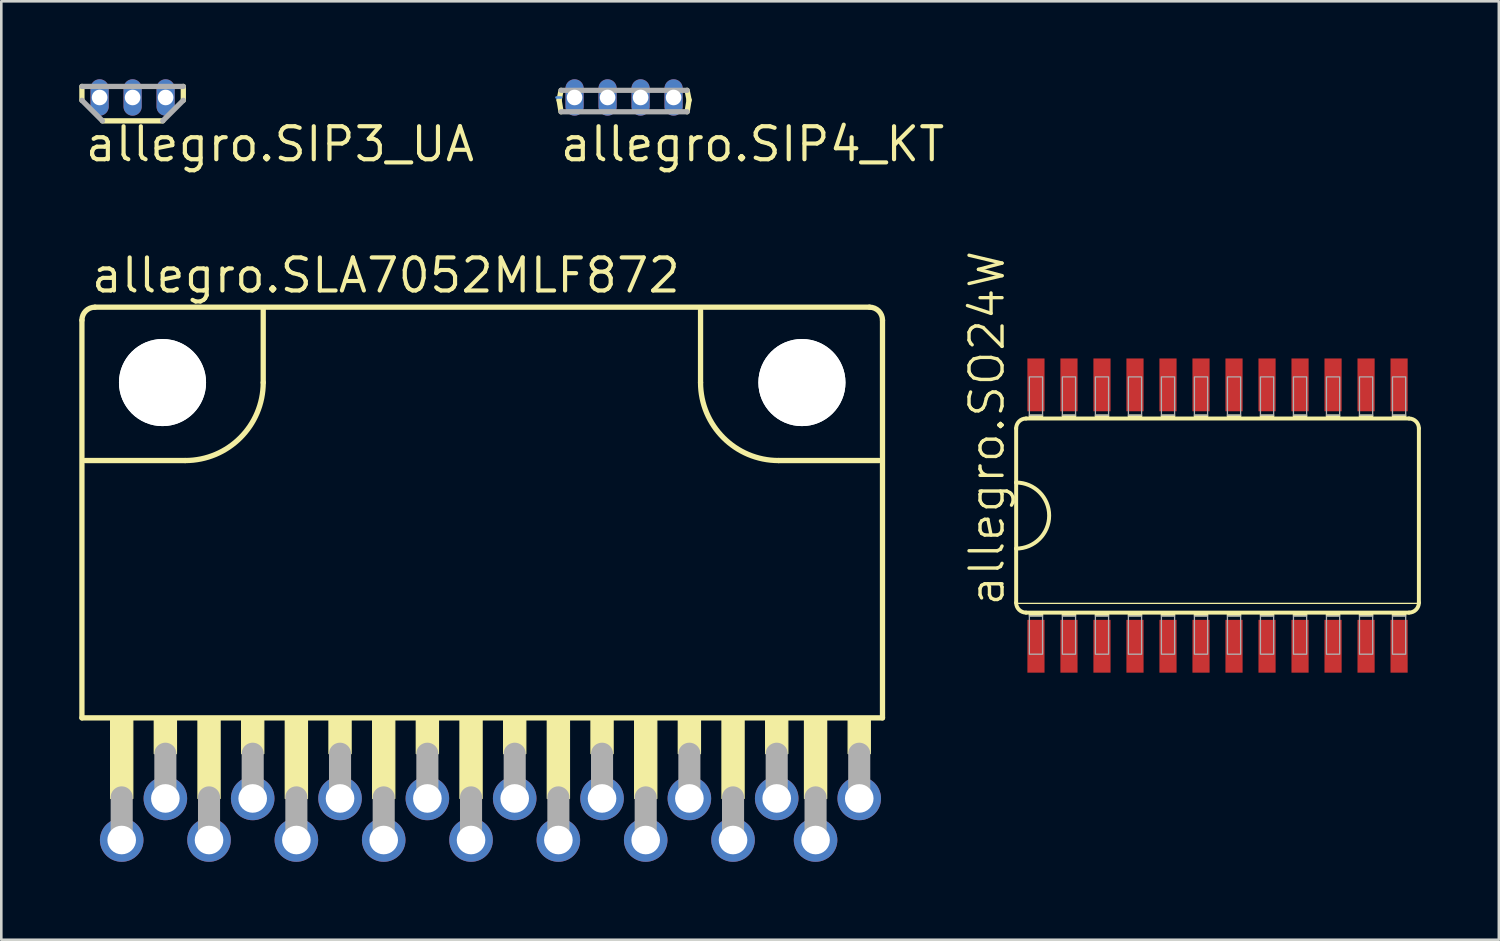
<source format=kicad_pcb>
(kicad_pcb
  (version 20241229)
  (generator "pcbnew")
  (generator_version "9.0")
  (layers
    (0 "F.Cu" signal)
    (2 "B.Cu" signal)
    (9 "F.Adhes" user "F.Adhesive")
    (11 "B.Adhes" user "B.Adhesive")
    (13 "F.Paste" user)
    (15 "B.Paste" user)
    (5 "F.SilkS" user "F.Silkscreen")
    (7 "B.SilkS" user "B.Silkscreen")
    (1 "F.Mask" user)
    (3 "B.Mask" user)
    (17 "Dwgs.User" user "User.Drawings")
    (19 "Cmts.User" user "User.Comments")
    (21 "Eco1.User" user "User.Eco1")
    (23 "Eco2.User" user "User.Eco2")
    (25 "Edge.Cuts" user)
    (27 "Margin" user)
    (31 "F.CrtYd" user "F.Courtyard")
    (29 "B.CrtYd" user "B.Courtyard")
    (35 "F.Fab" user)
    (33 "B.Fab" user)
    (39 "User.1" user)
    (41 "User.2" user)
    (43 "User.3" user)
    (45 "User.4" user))
  (footprint "allegro.SO24W"
    (layer "F.Cu")
    (at 43.791 16.785)
    (property "Reference" "allegro.SO24W" (at -8.128 3.556 90) (layer "F.SilkS") (effects (font (size 1.27 1.27) (thickness 0.13)) (justify left bottom)))
    (attr smd)
    (fp_line (start -7.747 -3.353) (end -7.747 -1.27) (stroke (width 0.152) (type default)) (layer "F.SilkS"))
    (fp_line (start -7.747 -1.27) (end -7.747 1.27) (stroke (width 0.152) (type default)) (layer "F.SilkS"))
    (fp_line (start -7.747 1.27) (end -7.747 3.353) (stroke (width 0.152) (type default)) (layer "F.SilkS"))
    (fp_line (start -7.747 3.378) (end 7.747 3.378) (stroke (width 0.051) (type default)) (layer "F.SilkS"))
    (fp_line (start -7.366 3.734) (end 7.366 3.734) (stroke (width 0.152) (type default)) (layer "F.SilkS"))
    (fp_line (start 7.366 -3.734) (end -7.366 -3.734) (stroke (width 0.152) (type default)) (layer "F.SilkS"))
    (fp_line (start 7.747 3.353) (end 7.747 -3.353) (stroke (width 0.152) (type default)) (layer "F.SilkS"))
    (fp_rect (start -7.239 -3.734) (end -6.731 -3.861) (stroke (width 0.05) (type default)) (fill yes) (layer "F.SilkS"))
    (fp_rect (start -7.239 3.861) (end -6.731 3.734) (stroke (width 0.05) (type default)) (fill yes) (layer "F.SilkS"))
    (fp_rect (start -5.969 -3.734) (end -5.461 -3.861) (stroke (width 0.05) (type default)) (fill yes) (layer "F.SilkS"))
    (fp_rect (start -5.969 3.861) (end -5.461 3.734) (stroke (width 0.05) (type default)) (fill yes) (layer "F.SilkS"))
    (fp_rect (start -4.699 -3.734) (end -4.191 -3.861) (stroke (width 0.05) (type default)) (fill yes) (layer "F.SilkS"))
    (fp_rect (start -4.699 3.861) (end -4.191 3.734) (stroke (width 0.05) (type default)) (fill yes) (layer "F.SilkS"))
    (fp_rect (start -3.429 -3.734) (end -2.921 -3.861) (stroke (width 0.05) (type default)) (fill yes) (layer "F.SilkS"))
    (fp_rect (start -3.429 3.861) (end -2.921 3.734) (stroke (width 0.05) (type default)) (fill yes) (layer "F.SilkS"))
    (fp_rect (start -2.159 -3.734) (end -1.651 -3.861) (stroke (width 0.05) (type default)) (fill yes) (layer "F.SilkS"))
    (fp_rect (start -2.159 3.861) (end -1.651 3.734) (stroke (width 0.05) (type default)) (fill yes) (layer "F.SilkS"))
    (fp_rect (start -0.889 -3.734) (end -0.381 -3.861) (stroke (width 0.05) (type default)) (fill yes) (layer "F.SilkS"))
    (fp_rect (start -0.889 3.861) (end -0.381 3.734) (stroke (width 0.05) (type default)) (fill yes) (layer "F.SilkS"))
    (fp_rect (start 0.381 -3.734) (end 0.889 -3.861) (stroke (width 0.05) (type default)) (fill yes) (layer "F.SilkS"))
    (fp_rect (start 0.381 3.861) (end 0.889 3.734) (stroke (width 0.05) (type default)) (fill yes) (layer "F.SilkS"))
    (fp_rect (start 1.651 -3.734) (end 2.159 -3.861) (stroke (width 0.05) (type default)) (fill yes) (layer "F.SilkS"))
    (fp_rect (start 1.651 3.861) (end 2.159 3.734) (stroke (width 0.05) (type default)) (fill yes) (layer "F.SilkS"))
    (fp_rect (start 2.921 -3.734) (end 3.429 -3.861) (stroke (width 0.05) (type default)) (fill yes) (layer "F.SilkS"))
    (fp_rect (start 2.921 3.861) (end 3.429 3.734) (stroke (width 0.05) (type default)) (fill yes) (layer "F.SilkS"))
    (fp_rect (start 4.191 -3.734) (end 4.699 -3.861) (stroke (width 0.05) (type default)) (fill yes) (layer "F.SilkS"))
    (fp_rect (start 4.191 3.861) (end 4.699 3.734) (stroke (width 0.05) (type default)) (fill yes) (layer "F.SilkS"))
    (fp_rect (start 5.461 -3.734) (end 5.969 -3.861) (stroke (width 0.05) (type default)) (fill yes) (layer "F.SilkS"))
    (fp_rect (start 5.461 3.861) (end 5.969 3.734) (stroke (width 0.05) (type default)) (fill yes) (layer "F.SilkS"))
    (fp_rect (start 6.731 -3.734) (end 7.239 -3.861) (stroke (width 0.05) (type default)) (fill yes) (layer "F.SilkS"))
    (fp_rect (start 6.731 3.861) (end 7.239 3.734) (stroke (width 0.05) (type default)) (fill yes) (layer "F.SilkS"))
    (fp_arc (start -7.747 -3.3528) (mid -7.635408 -3.622208) (end -7.366 -3.7338) (stroke (width 0.1524) (type default)) (layer "F.SilkS"))
    (fp_arc (start -7.747 -1.27) (mid -6.477 0) (end -7.747 1.27) (stroke (width 0.1524) (type default)) (layer "F.SilkS"))
    (fp_arc (start -7.366 3.7338) (mid -7.635408 3.622208) (end -7.747 3.3528) (stroke (width 0.1524) (type default)) (layer "F.SilkS"))
    (fp_arc (start 7.366 -3.7338) (mid 7.635408 -3.622208) (end 7.747 -3.3528) (stroke (width 0.1524) (type default)) (layer "F.SilkS"))
    (fp_arc (start 7.747 3.3528) (mid 7.635408 3.622208) (end 7.366 3.7338) (stroke (width 0.1524) (type default)) (layer "F.SilkS"))
    (fp_rect (start -7.239 -3.861) (end -6.731 -5.334) (stroke (width 0.05) (type default)) (fill no) (layer "F.Fab"))
    (fp_rect (start -7.239 5.334) (end -6.731 3.861) (stroke (width 0.05) (type default)) (fill no) (layer "F.Fab"))
    (fp_rect (start -5.969 -3.861) (end -5.461 -5.334) (stroke (width 0.05) (type default)) (fill no) (layer "F.Fab"))
    (fp_rect (start -5.969 5.334) (end -5.461 3.861) (stroke (width 0.05) (type default)) (fill no) (layer "F.Fab"))
    (fp_rect (start -4.699 -3.861) (end -4.191 -5.334) (stroke (width 0.05) (type default)) (fill no) (layer "F.Fab"))
    (fp_rect (start -4.699 5.334) (end -4.191 3.861) (stroke (width 0.05) (type default)) (fill no) (layer "F.Fab"))
    (fp_rect (start -3.429 -3.861) (end -2.921 -5.334) (stroke (width 0.05) (type default)) (fill no) (layer "F.Fab"))
    (fp_rect (start -3.429 5.334) (end -2.921 3.861) (stroke (width 0.05) (type default)) (fill no) (layer "F.Fab"))
    (fp_rect (start -2.159 -3.861) (end -1.651 -5.334) (stroke (width 0.05) (type default)) (fill no) (layer "F.Fab"))
    (fp_rect (start -2.159 5.334) (end -1.651 3.861) (stroke (width 0.05) (type default)) (fill no) (layer "F.Fab"))
    (fp_rect (start -0.889 -3.861) (end -0.381 -5.334) (stroke (width 0.05) (type default)) (fill no) (layer "F.Fab"))
    (fp_rect (start -0.889 5.334) (end -0.381 3.861) (stroke (width 0.05) (type default)) (fill no) (layer "F.Fab"))
    (fp_rect (start 0.381 -3.861) (end 0.889 -5.334) (stroke (width 0.05) (type default)) (fill no) (layer "F.Fab"))
    (fp_rect (start 0.381 5.334) (end 0.889 3.861) (stroke (width 0.05) (type default)) (fill no) (layer "F.Fab"))
    (fp_rect (start 1.651 -3.861) (end 2.159 -5.334) (stroke (width 0.05) (type default)) (fill no) (layer "F.Fab"))
    (fp_rect (start 1.651 5.334) (end 2.159 3.861) (stroke (width 0.05) (type default)) (fill no) (layer "F.Fab"))
    (fp_rect (start 2.921 -3.861) (end 3.429 -5.334) (stroke (width 0.05) (type default)) (fill no) (layer "F.Fab"))
    (fp_rect (start 2.921 5.334) (end 3.429 3.861) (stroke (width 0.05) (type default)) (fill no) (layer "F.Fab"))
    (fp_rect (start 4.191 -3.861) (end 4.699 -5.334) (stroke (width 0.05) (type default)) (fill no) (layer "F.Fab"))
    (fp_rect (start 4.191 5.334) (end 4.699 3.861) (stroke (width 0.05) (type default)) (fill no) (layer "F.Fab"))
    (fp_rect (start 5.461 -3.861) (end 5.969 -5.334) (stroke (width 0.05) (type default)) (fill no) (layer "F.Fab"))
    (fp_rect (start 5.461 5.334) (end 5.969 3.861) (stroke (width 0.05) (type default)) (fill no) (layer "F.Fab"))
    (fp_rect (start 6.731 -3.861) (end 7.239 -5.334) (stroke (width 0.05) (type default)) (fill no) (layer "F.Fab"))
    (fp_rect (start 6.731 5.334) (end 7.239 3.861) (stroke (width 0.05) (type default)) (fill no) (layer "F.Fab"))
    (pad "1" smd roundrect (at -6.985 5.029) (size 0.66 2.032) (layers "F.Cu" "F.Mask" "F.Paste") (roundrect_rratio 0.01))
    (pad "2" smd roundrect (at -5.715 5.029) (size 0.66 2.032) (layers "F.Cu" "F.Mask" "F.Paste") (roundrect_rratio 0.01))
    (pad "3" smd roundrect (at -4.445 5.029) (size 0.66 2.032) (layers "F.Cu" "F.Mask" "F.Paste") (roundrect_rratio 0.01))
    (pad "4" smd roundrect (at -3.175 5.029) (size 0.66 2.032) (layers "F.Cu" "F.Mask" "F.Paste") (roundrect_rratio 0.01))
    (pad "5" smd roundrect (at -1.905 5.029) (size 0.66 2.032) (layers "F.Cu" "F.Mask" "F.Paste") (roundrect_rratio 0.01))
    (pad "6" smd roundrect (at -0.635 5.029) (size 0.66 2.032) (layers "F.Cu" "F.Mask" "F.Paste") (roundrect_rratio 0.01))
    (pad "7" smd roundrect (at 0.635 5.029) (size 0.66 2.032) (layers "F.Cu" "F.Mask" "F.Paste") (roundrect_rratio 0.01))
    (pad "8" smd roundrect (at 1.905 5.029) (size 0.66 2.032) (layers "F.Cu" "F.Mask" "F.Paste") (roundrect_rratio 0.01))
    (pad "9" smd roundrect (at 3.175 5.029) (size 0.66 2.032) (layers "F.Cu" "F.Mask" "F.Paste") (roundrect_rratio 0.01))
    (pad "10" smd roundrect (at 4.445 5.029) (size 0.66 2.032) (layers "F.Cu" "F.Mask" "F.Paste") (roundrect_rratio 0.01))
    (pad "11" smd roundrect (at 5.715 5.029) (size 0.66 2.032) (layers "F.Cu" "F.Mask" "F.Paste") (roundrect_rratio 0.01))
    (pad "12" smd roundrect (at 6.985 5.029) (size 0.66 2.032) (layers "F.Cu" "F.Mask" "F.Paste") (roundrect_rratio 0.01))
    (pad "13" smd roundrect (at 6.985 -5.029) (size 0.66 2.032) (layers "F.Cu" "F.Mask" "F.Paste") (roundrect_rratio 0.01))
    (pad "14" smd roundrect (at 5.715 -5.029) (size 0.66 2.032) (layers "F.Cu" "F.Mask" "F.Paste") (roundrect_rratio 0.01))
    (pad "15" smd roundrect (at 4.445 -5.029) (size 0.66 2.032) (layers "F.Cu" "F.Mask" "F.Paste") (roundrect_rratio 0.01))
    (pad "16" smd roundrect (at 3.175 -5.029) (size 0.66 2.032) (layers "F.Cu" "F.Mask" "F.Paste") (roundrect_rratio 0.01))
    (pad "17" smd roundrect (at 1.905 -5.029) (size 0.66 2.032) (layers "F.Cu" "F.Mask" "F.Paste") (roundrect_rratio 0.01))
    (pad "18" smd roundrect (at 0.635 -5.029) (size 0.66 2.032) (layers "F.Cu" "F.Mask" "F.Paste") (roundrect_rratio 0.01))
    (pad "19" smd roundrect (at -0.635 -5.029) (size 0.66 2.032) (layers "F.Cu" "F.Mask" "F.Paste") (roundrect_rratio 0.01))
    (pad "20" smd roundrect (at -1.905 -5.029) (size 0.66 2.032) (layers "F.Cu" "F.Mask" "F.Paste") (roundrect_rratio 0.01))
    (pad "21" smd roundrect (at -3.175 -5.029) (size 0.66 2.032) (layers "F.Cu" "F.Mask" "F.Paste") (roundrect_rratio 0.01))
    (pad "22" smd roundrect (at -4.445 -5.029) (size 0.66 2.032) (layers "F.Cu" "F.Mask" "F.Paste") (roundrect_rratio 0.01))
    (pad "23" smd roundrect (at -5.715 -5.029) (size 0.66 2.032) (layers "F.Cu" "F.Mask" "F.Paste") (roundrect_rratio 0.01))
    (pad "24" smd roundrect (at -6.985 -5.029) (size 0.66 2.032) (layers "F.Cu" "F.Mask" "F.Paste") (roundrect_rratio 0.01)))
  (footprint "allegro.SIP3_UA"
    (layer "F.Cu")
    (at 2.052 0.7)
    (property "Reference" "allegro.SIP3_UA" (at -1.905 2.54 0) (layer "F.SilkS") (effects (font (size 1.27 1.27) (thickness 0.16)) (justify left bottom)))
    (attr through_hole)
    (fp_line (start -1.95 -0.425) (end -1.95 0.11) (stroke (width 0.203) (type default)) (layer "F.SilkS"))
    (fp_line (start -1.16 0.9) (end 1.16 0.9) (stroke (width 0.203) (type default)) (layer "F.SilkS"))
    (fp_line (start 1.95 0.11) (end 1.95 -0.425) (stroke (width 0.203) (type default)) (layer "F.SilkS"))
    (fp_line (start -1.95 0.11) (end -1.16 0.9) (stroke (width 0.203) (type default)) (layer "F.Fab"))
    (fp_line (start 1.16 0.9) (end 1.95 0.11) (stroke (width 0.203) (type default)) (layer "F.Fab"))
    (fp_line (start 1.95 -0.425) (end -1.95 -0.425) (stroke (width 0.203) (type default)) (layer "F.Fab"))
    (pad "1" thru_hole oval (at -1.27 0 90) (size 1.4 0.7) (drill 0.6) (layers "*.Cu" "*.Mask"))
    (pad "2" thru_hole oval (at 0 0 90) (size 1.4 0.7) (drill 0.6) (layers "*.Cu" "*.Mask"))
    (pad "3" thru_hole oval (at 1.27 0 90) (size 1.4 0.7) (drill 0.6) (layers "*.Cu" "*.Mask")))
  (footprint "allegro.SLA7052MLF872"
    (layer "F.Cu")
    (at 15.502 11.668)
    (property "Reference" "allegro.SLA7052MLF872" (at -15.12 -3.38 0) (layer "F.SilkS") (effects (font (size 1.27 1.27) (thickness 0.16)) (justify left bottom)))
    (attr through_hole)
    (fp_line (start -15.4 -2.4) (end -15.4 12.9) (stroke (width 0.203) (type default)) (layer "F.SilkS"))
    (fp_line (start -15.4 12.9) (end 15.4 12.9) (stroke (width 0.203) (type default)) (layer "F.SilkS"))
    (fp_line (start -15.275 3) (end -11.425 3) (stroke (width 0.203) (type default)) (layer "F.SilkS"))
    (fp_line (start -8.425 0) (end -8.425 -2.8) (stroke (width 0.203) (type default)) (layer "F.SilkS"))
    (fp_line (start 8.4 0) (end 8.4 -2.775) (stroke (width 0.203) (type default)) (layer "F.SilkS"))
    (fp_line (start 14.9 -2.9) (end -14.9 -2.9) (stroke (width 0.203) (type default)) (layer "F.SilkS"))
    (fp_line (start 15.275 3) (end 11.4 3) (stroke (width 0.203) (type default)) (layer "F.SilkS"))
    (fp_line (start 15.4 12.9) (end 15.4 -2.4) (stroke (width 0.203) (type default)) (layer "F.SilkS"))
    (fp_rect (start -14.295 16) (end -13.445 12.95) (stroke (width 0.05) (type default)) (fill yes) (layer "F.SilkS"))
    (fp_rect (start -12.615 14.275) (end -11.765 12.95) (stroke (width 0.05) (type default)) (fill yes) (layer "F.SilkS"))
    (fp_rect (start -10.935 16) (end -10.085 12.95) (stroke (width 0.05) (type default)) (fill yes) (layer "F.SilkS"))
    (fp_rect (start -9.255 14.275) (end -8.405 12.95) (stroke (width 0.05) (type default)) (fill yes) (layer "F.SilkS"))
    (fp_rect (start -7.575 16) (end -6.725 12.95) (stroke (width 0.05) (type default)) (fill yes) (layer "F.SilkS"))
    (fp_rect (start -5.895 14.275) (end -5.045 12.95) (stroke (width 0.05) (type default)) (fill yes) (layer "F.SilkS"))
    (fp_rect (start -4.215 16) (end -3.365 12.95) (stroke (width 0.05) (type default)) (fill yes) (layer "F.SilkS"))
    (fp_rect (start -2.535 14.275) (end -1.685 12.95) (stroke (width 0.05) (type default)) (fill yes) (layer "F.SilkS"))
    (fp_rect (start -0.855 16) (end -0.005 12.95) (stroke (width 0.05) (type default)) (fill yes) (layer "F.SilkS"))
    (fp_rect (start 0.825 14.275) (end 1.675 12.95) (stroke (width 0.05) (type default)) (fill yes) (layer "F.SilkS"))
    (fp_rect (start 2.505 16) (end 3.355 12.95) (stroke (width 0.05) (type default)) (fill yes) (layer "F.SilkS"))
    (fp_rect (start 4.185 14.275) (end 5.035 12.95) (stroke (width 0.05) (type default)) (fill yes) (layer "F.SilkS"))
    (fp_rect (start 5.865 16) (end 6.715 12.95) (stroke (width 0.05) (type default)) (fill yes) (layer "F.SilkS"))
    (fp_rect (start 7.545 14.275) (end 8.395 12.95) (stroke (width 0.05) (type default)) (fill yes) (layer "F.SilkS"))
    (fp_rect (start 9.225 16) (end 10.075 12.95) (stroke (width 0.05) (type default)) (fill yes) (layer "F.SilkS"))
    (fp_rect (start 10.905 14.275) (end 11.755 12.95) (stroke (width 0.05) (type default)) (fill yes) (layer "F.SilkS"))
    (fp_rect (start 12.4 16) (end 13.25 12.95) (stroke (width 0.05) (type default)) (fill yes) (layer "F.SilkS"))
    (fp_rect (start 14.08 14.275) (end 14.93 12.95) (stroke (width 0.05) (type default)) (fill yes) (layer "F.SilkS"))
    (fp_arc (start -15.4 -2.4) (mid -15.253553 -2.753553) (end -14.9 -2.9) (stroke (width 0.2032) (type default)) (layer "F.SilkS"))
    (fp_arc (start -8.425 0) (mid -9.30368 2.12132) (end -11.425 3) (stroke (width 0.2032) (type default)) (layer "F.SilkS"))
    (fp_arc (start 11.4 3) (mid 9.27868 2.12132) (end 8.4 0) (stroke (width 0.2032) (type default)) (layer "F.SilkS"))
    (fp_arc (start 14.9 -2.9) (mid 15.253553 -2.753553) (end 15.4 -2.4) (stroke (width 0.2032) (type default)) (layer "F.SilkS"))
    (fp_line (start -13.87 17.64) (end -13.87 15.96) (stroke (width 0.85) (type default)) (layer "F.Fab"))
    (fp_line (start -12.19 15.96) (end -12.19 14.28) (stroke (width 0.85) (type default)) (layer "F.Fab"))
    (fp_line (start -10.51 17.64) (end -10.51 15.96) (stroke (width 0.85) (type default)) (layer "F.Fab"))
    (fp_line (start -8.83 15.96) (end -8.83 14.28) (stroke (width 0.85) (type default)) (layer "F.Fab"))
    (fp_line (start -7.15 17.64) (end -7.15 15.96) (stroke (width 0.85) (type default)) (layer "F.Fab"))
    (fp_line (start -5.47 15.96) (end -5.47 14.28) (stroke (width 0.85) (type default)) (layer "F.Fab"))
    (fp_line (start -3.79 17.64) (end -3.79 15.96) (stroke (width 0.85) (type default)) (layer "F.Fab"))
    (fp_line (start -2.11 15.96) (end -2.11 14.28) (stroke (width 0.85) (type default)) (layer "F.Fab"))
    (fp_line (start -0.43 17.64) (end -0.43 15.96) (stroke (width 0.85) (type default)) (layer "F.Fab"))
    (fp_line (start 1.25 15.96) (end 1.25 14.28) (stroke (width 0.85) (type default)) (layer "F.Fab"))
    (fp_line (start 2.93 17.64) (end 2.93 15.96) (stroke (width 0.85) (type default)) (layer "F.Fab"))
    (fp_line (start 4.61 15.96) (end 4.61 14.28) (stroke (width 0.85) (type default)) (layer "F.Fab"))
    (fp_line (start 6.29 17.64) (end 6.29 15.96) (stroke (width 0.85) (type default)) (layer "F.Fab"))
    (fp_line (start 7.97 15.96) (end 7.97 14.28) (stroke (width 0.85) (type default)) (layer "F.Fab"))
    (fp_line (start 9.65 17.64) (end 9.65 15.96) (stroke (width 0.85) (type default)) (layer "F.Fab"))
    (fp_line (start 11.33 15.96) (end 11.33 14.28) (stroke (width 0.85) (type default)) (layer "F.Fab"))
    (fp_line (start 12.825 17.64) (end 12.825 15.96) (stroke (width 0.85) (type default)) (layer "F.Fab"))
    (fp_line (start 14.505 15.96) (end 14.505 14.28) (stroke (width 0.85) (type default)) (layer "F.Fab"))
    (pad "" np_thru_hole circle (at -12.3 0) (size 3.35 3.35) (drill 3.35) (layers "*.Cu" "*.Mask"))
    (pad "" np_thru_hole circle (at -12.3 0) (size 3.35 3.35) (drill 3.35) (layers "*.Cu" "*.Mask"))
    (pad "" np_thru_hole circle (at 12.3 0) (size 3.35 3.35) (drill 3.35) (layers "*.Cu" "*.Mask"))
    (pad "" np_thru_hole circle (at 12.3 0) (size 3.35 3.35) (drill 3.35) (layers "*.Cu" "*.Mask"))
    (pad "1" thru_hole circle (at -13.87 17.6) (size 1.676 1.676) (drill 1.1) (layers "*.Cu" "*.Mask"))
    (pad "2" thru_hole circle (at -12.19 16) (size 1.676 1.676) (drill 1.1) (layers "*.Cu" "*.Mask"))
    (pad "3" thru_hole circle (at -10.51 17.6) (size 1.676 1.676) (drill 1.1) (layers "*.Cu" "*.Mask"))
    (pad "4" thru_hole circle (at -8.83 16) (size 1.676 1.676) (drill 1.1) (layers "*.Cu" "*.Mask"))
    (pad "5" thru_hole circle (at -7.15 17.6) (size 1.676 1.676) (drill 1.1) (layers "*.Cu" "*.Mask"))
    (pad "6" thru_hole circle (at -5.47 16) (size 1.676 1.676) (drill 1.1) (layers "*.Cu" "*.Mask"))
    (pad "7" thru_hole circle (at -3.79 17.6) (size 1.676 1.676) (drill 1.1) (layers "*.Cu" "*.Mask"))
    (pad "8" thru_hole circle (at -2.11 16) (size 1.676 1.676) (drill 1.1) (layers "*.Cu" "*.Mask"))
    (pad "9" thru_hole circle (at -0.43 17.6) (size 1.676 1.676) (drill 1.1) (layers "*.Cu" "*.Mask"))
    (pad "10" thru_hole circle (at 1.25 16) (size 1.676 1.676) (drill 1.1) (layers "*.Cu" "*.Mask"))
    (pad "11" thru_hole circle (at 2.93 17.6) (size 1.676 1.676) (drill 1.1) (layers "*.Cu" "*.Mask"))
    (pad "12" thru_hole circle (at 4.61 16) (size 1.676 1.676) (drill 1.1) (layers "*.Cu" "*.Mask"))
    (pad "13" thru_hole circle (at 6.29 17.6) (size 1.676 1.676) (drill 1.1) (layers "*.Cu" "*.Mask"))
    (pad "14" thru_hole circle (at 7.97 16) (size 1.676 1.676) (drill 1.1) (layers "*.Cu" "*.Mask"))
    (pad "15" thru_hole circle (at 9.65 17.6) (size 1.676 1.676) (drill 1.1) (layers "*.Cu" "*.Mask"))
    (pad "16" thru_hole circle (at 11.33 16) (size 1.676 1.676) (drill 1.1) (layers "*.Cu" "*.Mask"))
    (pad "17" thru_hole circle (at 12.825 17.6) (size 1.676 1.676) (drill 1.1) (layers "*.Cu" "*.Mask"))
    (pad "18" thru_hole circle (at 14.505 16) (size 1.676 1.676) (drill 1.1) (layers "*.Cu" "*.Mask")))
  (footprint "allegro.SIP4_KT"
    (layer "F.Cu")
    (at 20.96 0.7)
    (property "Reference" "allegro.SIP4_KT" (at -2.54 2.54 0) (layer "F.SilkS") (effects (font (size 1.27 1.27) (thickness 0.16)) (justify left bottom)))
    (attr through_hole)
    (fp_line (start -1.9 0.35) (end -1.9 -0.35) (stroke (width 0.7) (type default)) (layer "F.Mask"))
    (fp_line (start -0.63 0.35) (end -0.63 -0.35) (stroke (width 0.7) (type default)) (layer "F.Mask"))
    (fp_line (start 0.64 0.35) (end 0.64 -0.35) (stroke (width 0.7) (type default)) (layer "F.Mask"))
    (fp_line (start 1.91 0.35) (end 1.91 -0.35) (stroke (width 0.7) (type default)) (layer "F.Mask"))
    (fp_line (start -2.5 0.1) (end -2.425 0.55) (stroke (width 0.203) (type default)) (layer "F.SilkS"))
    (fp_line (start -2.425 -0.275) (end -2.5 0.1) (stroke (width 0.203) (type default)) (layer "F.SilkS"))
    (fp_line (start 2.425 0.55) (end 2.5 0.1) (stroke (width 0.203) (type default)) (layer "F.SilkS"))
    (fp_line (start 2.5 0.1) (end 2.425 -0.275) (stroke (width 0.203) (type default)) (layer "F.SilkS"))
    (fp_line (start -2.6 0) (end -2.426 0) (stroke (width 0.1) (type default)) (layer "Cmts.User"))
    (fp_line (start -2.425 -0.275) (end 2.425 -0.275) (stroke (width 0.2) (type default)) (layer "F.Fab"))
    (fp_line (start -2.425 0.55) (end 2.425 0.55) (stroke (width 0.203) (type default)) (layer "F.Fab"))
    (pad "1" thru_hole oval (at -1.905 0 90) (size 1.4 0.7) (drill 0.6) (layers "*.Cu" "*.Mask"))
    (pad "2" thru_hole oval (at -0.635 0 90) (size 1.4 0.7) (drill 0.6) (layers "*.Cu" "*.Mask"))
    (pad "3" thru_hole oval (at 0.635 0 90) (size 1.4 0.7) (drill 0.6) (layers "*.Cu" "*.Mask"))
    (pad "4" thru_hole oval (at 1.905 0 90) (size 1.4 0.7) (drill 0.6) (layers "*.Cu" "*.Mask")))
  (gr_rect
    (start -3 -3)
    (end 54.614 33.106)
    (stroke (width 0.1) (type default))
    (fill no)
    (layer "Edge.Cuts")))
</source>
